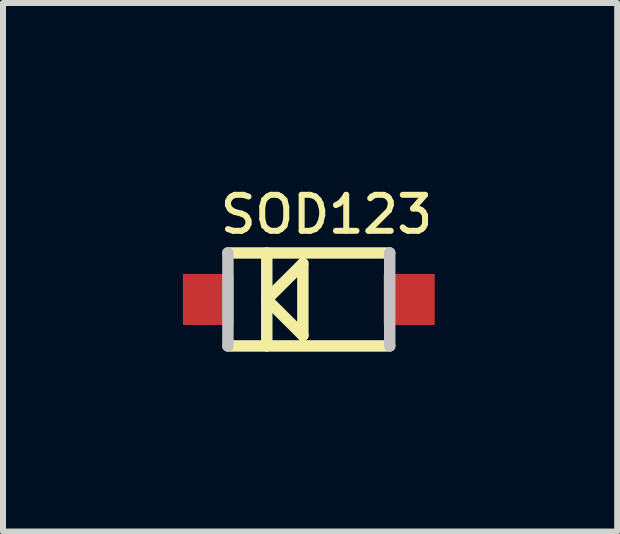
<source format=kicad_pcb>
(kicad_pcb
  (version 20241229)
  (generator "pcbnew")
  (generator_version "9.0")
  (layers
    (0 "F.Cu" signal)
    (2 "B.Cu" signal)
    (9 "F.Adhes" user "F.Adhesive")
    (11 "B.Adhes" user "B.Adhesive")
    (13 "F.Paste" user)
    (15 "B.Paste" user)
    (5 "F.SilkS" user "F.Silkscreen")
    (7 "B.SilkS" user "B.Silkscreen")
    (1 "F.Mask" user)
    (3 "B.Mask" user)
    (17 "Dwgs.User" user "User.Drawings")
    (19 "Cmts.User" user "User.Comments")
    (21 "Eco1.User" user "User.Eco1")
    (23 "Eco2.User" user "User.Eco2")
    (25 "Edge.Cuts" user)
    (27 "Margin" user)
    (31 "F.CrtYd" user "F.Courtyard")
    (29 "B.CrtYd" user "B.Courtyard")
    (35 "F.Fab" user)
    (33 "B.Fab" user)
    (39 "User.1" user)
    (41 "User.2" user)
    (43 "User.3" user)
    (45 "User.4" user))
  (footprint "SOD123"
    (layer "F.Cu")
    (at 2.099 1.943)
    (property "Reference" "SOD123" (at 0.295 -1.417 0) (layer "F.SilkS") (effects (font (size 0.6 0.6) (thickness 0.1))))
    (attr through_hole)
    (fp_line (start -1.349 -0.775) (end 1.349 -0.775) (stroke (width 0.191) (type solid)) (layer "F.SilkS"))
    (fp_line (start -0.701 -0.775) (end -0.701 0.775) (stroke (width 0.191) (type solid)) (layer "F.SilkS"))
    (fp_line (start -0.701 0) (end -0.099 -0.599) (stroke (width 0.191) (type solid)) (layer "F.SilkS"))
    (fp_line (start -0.099 -0.599) (end -0.099 0.599) (stroke (width 0.191) (type solid)) (layer "F.SilkS"))
    (fp_line (start -0.099 0.599) (end -0.701 0) (stroke (width 0.191) (type solid)) (layer "F.SilkS"))
    (fp_line (start 1.349 0.775) (end -1.349 0.775) (stroke (width 0.191) (type solid)) (layer "F.SilkS"))
    (fp_line (start -1.349 -0.775) (end -1.349 0.775) (stroke (width 0.191) (type solid)) (layer "Dwgs.User"))
    (fp_line (start 1.349 -0.775) (end 1.349 0.775) (stroke (width 0.191) (type solid)) (layer "Dwgs.User"))
    (pad "1" smd rect (at 1.674 0) (size 0.851 0.851) (layers "F.Cu" "F.Mask" "F.Paste"))
    (pad "2" smd rect (at -1.674 0) (size 0.851 0.851) (layers "F.Cu" "F.Mask" "F.Paste")))
  (gr_rect
    (start -3 -3)
    (end 7.241 5.813)
    (stroke (width 0.1) (type default))
    (fill no)
    (layer "Edge.Cuts")))
</source>
